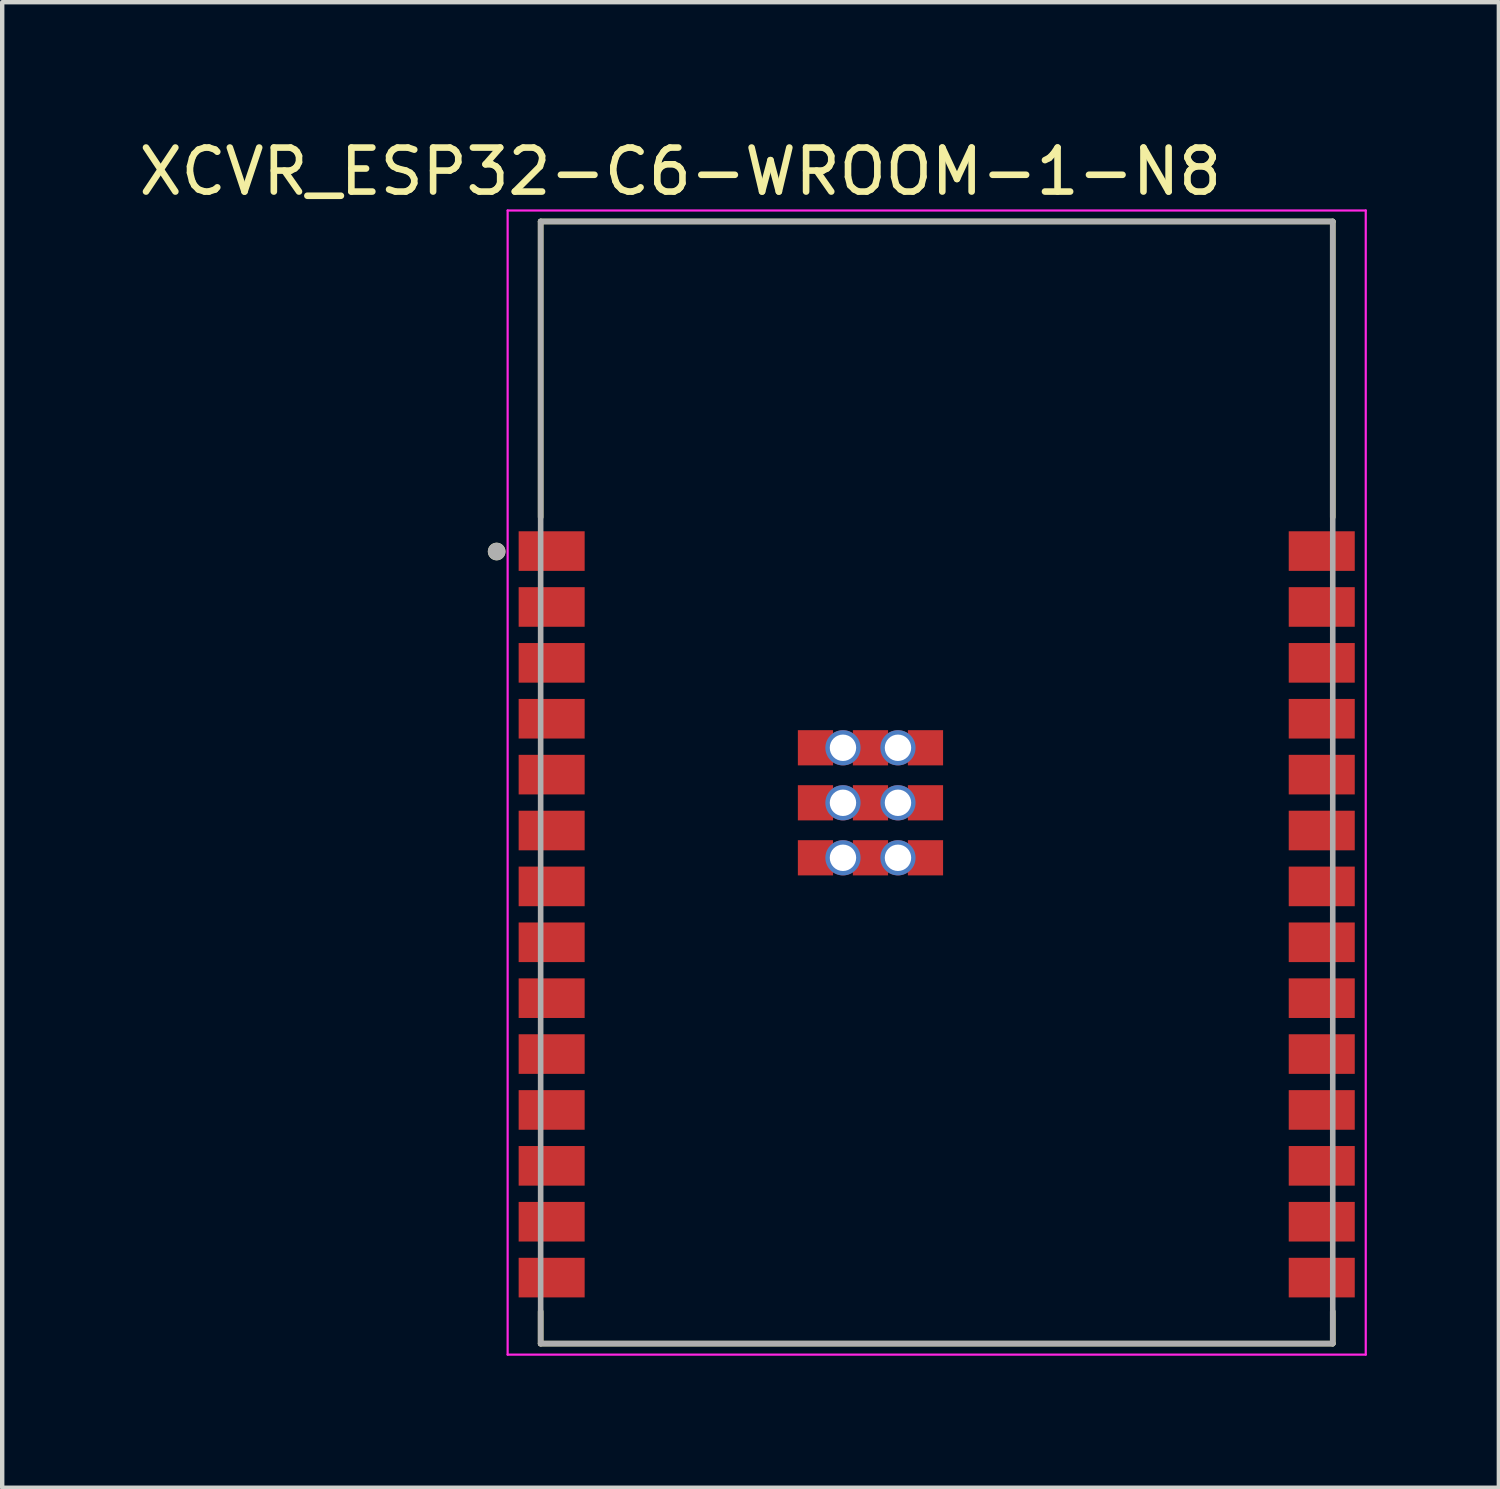
<source format=kicad_pcb>
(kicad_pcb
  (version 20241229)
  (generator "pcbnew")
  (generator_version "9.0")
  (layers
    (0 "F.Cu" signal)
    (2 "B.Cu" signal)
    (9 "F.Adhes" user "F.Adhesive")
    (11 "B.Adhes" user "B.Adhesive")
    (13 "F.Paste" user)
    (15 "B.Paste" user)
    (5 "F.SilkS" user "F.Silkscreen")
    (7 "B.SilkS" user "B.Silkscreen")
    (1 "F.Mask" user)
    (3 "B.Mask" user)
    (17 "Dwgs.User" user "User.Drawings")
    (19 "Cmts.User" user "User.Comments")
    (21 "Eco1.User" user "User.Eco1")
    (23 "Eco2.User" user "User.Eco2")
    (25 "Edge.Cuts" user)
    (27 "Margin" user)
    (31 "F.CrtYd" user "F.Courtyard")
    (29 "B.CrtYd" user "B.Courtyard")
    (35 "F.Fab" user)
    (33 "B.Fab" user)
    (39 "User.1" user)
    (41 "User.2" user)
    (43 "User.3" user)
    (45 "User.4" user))
  (footprint "XCVR_ESP32-C6-WROOM-1-N8"
    (layer "F.Cu")
    (at 18.236 14.733)
    (property "Reference" "XCVR_ESP32-C6-WROOM-1-N8" (at -5.825 -13.885 0) (layer "F.SilkS") (effects (font (size 1 1) (thickness 0.15))))
    (attr smd)
    (fp_line (start -9 -12.75) (end 9 -12.75) (stroke (width 0.127) (type solid)) (layer "F.SilkS"))
    (fp_line (start -9 -6.03) (end -9 -12.75) (stroke (width 0.127) (type solid)) (layer "F.SilkS"))
    (fp_line (start -9 12.75) (end -9 12.02) (stroke (width 0.127) (type solid)) (layer "F.SilkS"))
    (fp_line (start -9 12.75) (end 9 12.75) (stroke (width 0.127) (type solid)) (layer "F.SilkS"))
    (fp_line (start 9 -12.75) (end 9 -6.03) (stroke (width 0.127) (type solid)) (layer "F.SilkS"))
    (fp_line (start 9 12.02) (end 9 12.75) (stroke (width 0.127) (type solid)) (layer "F.SilkS"))
    (fp_circle (center -10 -5.25) (end -9.9 -5.25) (stroke (width 0.2) (type solid)) (fill no) (layer "F.SilkS"))
    (fp_line (start -9.75 -13) (end -9.75 13) (stroke (width 0.05) (type solid)) (layer "F.CrtYd"))
    (fp_line (start -9.75 13) (end 9.75 13) (stroke (width 0.05) (type solid)) (layer "F.CrtYd"))
    (fp_line (start 9.75 -13) (end -9.75 -13) (stroke (width 0.05) (type solid)) (layer "F.CrtYd"))
    (fp_line (start 9.75 13) (end 9.75 -13) (stroke (width 0.05) (type solid)) (layer "F.CrtYd"))
    (fp_line (start -9 -12.75) (end 9 -12.75) (stroke (width 0.127) (type solid)) (layer "F.Fab"))
    (fp_line (start -9 12.75) (end -9 -12.75) (stroke (width 0.127) (type solid)) (layer "F.Fab"))
    (fp_line (start -9 12.75) (end 9 12.75) (stroke (width 0.127) (type solid)) (layer "F.Fab"))
    (fp_line (start 9 -12.75) (end 9 12.75) (stroke (width 0.127) (type solid)) (layer "F.Fab"))
    (fp_circle (center -10 -5.25) (end -9.9 -5.25) (stroke (width 0.2) (type solid)) (fill no) (layer "F.Fab"))
    (pad "1" smd rect (at -8.75 -5.26) (size 1.5 0.9) (layers "F.Cu" "F.Mask" "F.Paste"))
    (pad "2" smd rect (at -8.75 -3.99) (size 1.5 0.9) (layers "F.Cu" "F.Mask" "F.Paste"))
    (pad "3" smd rect (at -8.75 -2.72) (size 1.5 0.9) (layers "F.Cu" "F.Mask" "F.Paste"))
    (pad "4" smd rect (at -8.75 -1.45) (size 1.5 0.9) (layers "F.Cu" "F.Mask" "F.Paste"))
    (pad "5" smd rect (at -8.75 -0.18) (size 1.5 0.9) (layers "F.Cu" "F.Mask" "F.Paste"))
    (pad "6" smd rect (at -8.75 1.09) (size 1.5 0.9) (layers "F.Cu" "F.Mask" "F.Paste"))
    (pad "7" smd rect (at -8.75 2.36) (size 1.5 0.9) (layers "F.Cu" "F.Mask" "F.Paste"))
    (pad "8" smd rect (at -8.75 3.63) (size 1.5 0.9) (layers "F.Cu" "F.Mask" "F.Paste"))
    (pad "9" smd rect (at -8.75 4.9) (size 1.5 0.9) (layers "F.Cu" "F.Mask" "F.Paste"))
    (pad "10" smd rect (at -8.75 6.17) (size 1.5 0.9) (layers "F.Cu" "F.Mask" "F.Paste"))
    (pad "11" smd rect (at -8.75 7.44) (size 1.5 0.9) (layers "F.Cu" "F.Mask" "F.Paste"))
    (pad "12" smd rect (at -8.75 8.71) (size 1.5 0.9) (layers "F.Cu" "F.Mask" "F.Paste"))
    (pad "13" smd rect (at -8.75 9.98) (size 1.5 0.9) (layers "F.Cu" "F.Mask" "F.Paste"))
    (pad "14" smd rect (at -8.75 11.25) (size 1.5 0.9) (layers "F.Cu" "F.Mask" "F.Paste"))
    (pad "15" smd rect (at 8.75 11.25) (size 1.5 0.9) (layers "F.Cu" "F.Mask" "F.Paste"))
    (pad "16" smd rect (at 8.75 9.98) (size 1.5 0.9) (layers "F.Cu" "F.Mask" "F.Paste"))
    (pad "17" smd rect (at 8.75 8.71) (size 1.5 0.9) (layers "F.Cu" "F.Mask" "F.Paste"))
    (pad "18" smd rect (at 8.75 7.44) (size 1.5 0.9) (layers "F.Cu" "F.Mask" "F.Paste"))
    (pad "19" smd rect (at 8.75 6.17) (size 1.5 0.9) (layers "F.Cu" "F.Mask" "F.Paste"))
    (pad "20" smd rect (at 8.75 4.9) (size 1.5 0.9) (layers "F.Cu" "F.Mask" "F.Paste"))
    (pad "21" smd rect (at 8.75 3.63) (size 1.5 0.9) (layers "F.Cu" "F.Mask" "F.Paste"))
    (pad "22" smd rect (at 8.75 2.36) (size 1.5 0.9) (layers "F.Cu" "F.Mask" "F.Paste"))
    (pad "23" smd rect (at 8.75 1.09) (size 1.5 0.9) (layers "F.Cu" "F.Mask" "F.Paste"))
    (pad "24" smd rect (at 8.75 -0.18) (size 1.5 0.9) (layers "F.Cu" "F.Mask" "F.Paste"))
    (pad "25" smd rect (at 8.75 -1.45) (size 1.5 0.9) (layers "F.Cu" "F.Mask" "F.Paste"))
    (pad "26" smd rect (at 8.75 -2.72) (size 1.5 0.9) (layers "F.Cu" "F.Mask" "F.Paste"))
    (pad "27" smd rect (at 8.75 -3.99) (size 1.5 0.9) (layers "F.Cu" "F.Mask" "F.Paste"))
    (pad "28" smd rect (at 8.75 -5.26) (size 1.5 0.9) (layers "F.Cu" "F.Mask" "F.Paste"))
    (pad "29" smd rect (at -2.755 -0.79) (size 0.8 0.8) (layers "F.Cu" "F.Mask" "F.Paste"))
    (pad "29" smd rect (at -2.755 0.46) (size 0.8 0.8) (layers "F.Cu" "F.Mask" "F.Paste"))
    (pad "29" smd rect (at -2.755 1.71) (size 0.8 0.8) (layers "F.Cu" "F.Mask" "F.Paste"))
    (pad "29" thru_hole circle (at -2.13 -0.79) (size 0.8 0.8) (drill 0.6) (layers "*.Cu"))
    (pad "29" thru_hole circle (at -2.13 0.46) (size 0.8 0.8) (drill 0.6) (layers "*.Cu"))
    (pad "29" thru_hole circle (at -2.13 1.71) (size 0.8 0.8) (drill 0.6) (layers "*.Cu"))
    (pad "29" smd rect (at -1.505 -0.79) (size 0.8 0.8) (layers "F.Cu" "F.Mask" "F.Paste"))
    (pad "29" smd rect (at -1.505 0.46) (size 0.8 0.8) (layers "F.Cu" "F.Mask" "F.Paste"))
    (pad "29" smd rect (at -1.505 1.71) (size 0.8 0.8) (layers "F.Cu" "F.Mask" "F.Paste"))
    (pad "29" thru_hole circle (at -0.88 -0.79) (size 0.8 0.8) (drill 0.6) (layers "*.Cu"))
    (pad "29" thru_hole circle (at -0.88 0.46) (size 0.8 0.8) (drill 0.6) (layers "*.Cu"))
    (pad "29" thru_hole circle (at -0.88 1.71) (size 0.8 0.8) (drill 0.6) (layers "*.Cu"))
    (pad "29" smd rect (at -0.255 -0.79) (size 0.8 0.8) (layers "F.Cu" "F.Mask" "F.Paste"))
    (pad "29" smd rect (at -0.255 0.46) (size 0.8 0.8) (layers "F.Cu" "F.Mask" "F.Paste"))
    (pad "29" smd rect (at -0.255 1.71) (size 0.8 0.8) (layers "F.Cu" "F.Mask" "F.Paste"))
    (zone (net_name "") (layers "F.Cu" "B.Cu") (hatch full 0.508) (connect_pads) (min_thickness 0.01) (filled_areas_thickness no) (keepout (tracks allowed) (vias not_allowed) (pads allowed) (copperpour allowed) (footprints allowed)) (placement (enabled no)) (fill) (polygon (pts (xy 9.236 1.983) (xy 27.236 1.983) (xy 27.236 7.983) (xy 9.236 7.983))))
    (zone (net_name "") (layers "F.Cu" "B.Cu") (hatch full 0.508) (connect_pads) (min_thickness 0.01) (filled_areas_thickness no) (keepout (tracks not_allowed) (vias not_allowed) (pads not_allowed) (copperpour not_allowed) (footprints not_allowed)) (placement (enabled no)) (fill) (polygon (pts (xy 9.236 1.983) (xy 27.236 1.983) (xy 27.236 7.983) (xy 9.236 7.983)))))
  (gr_rect
    (start -3 -3)
    (end 31.011 30.758)
    (stroke (width 0.1) (type default))
    (fill no)
    (layer "Edge.Cuts")))
</source>
